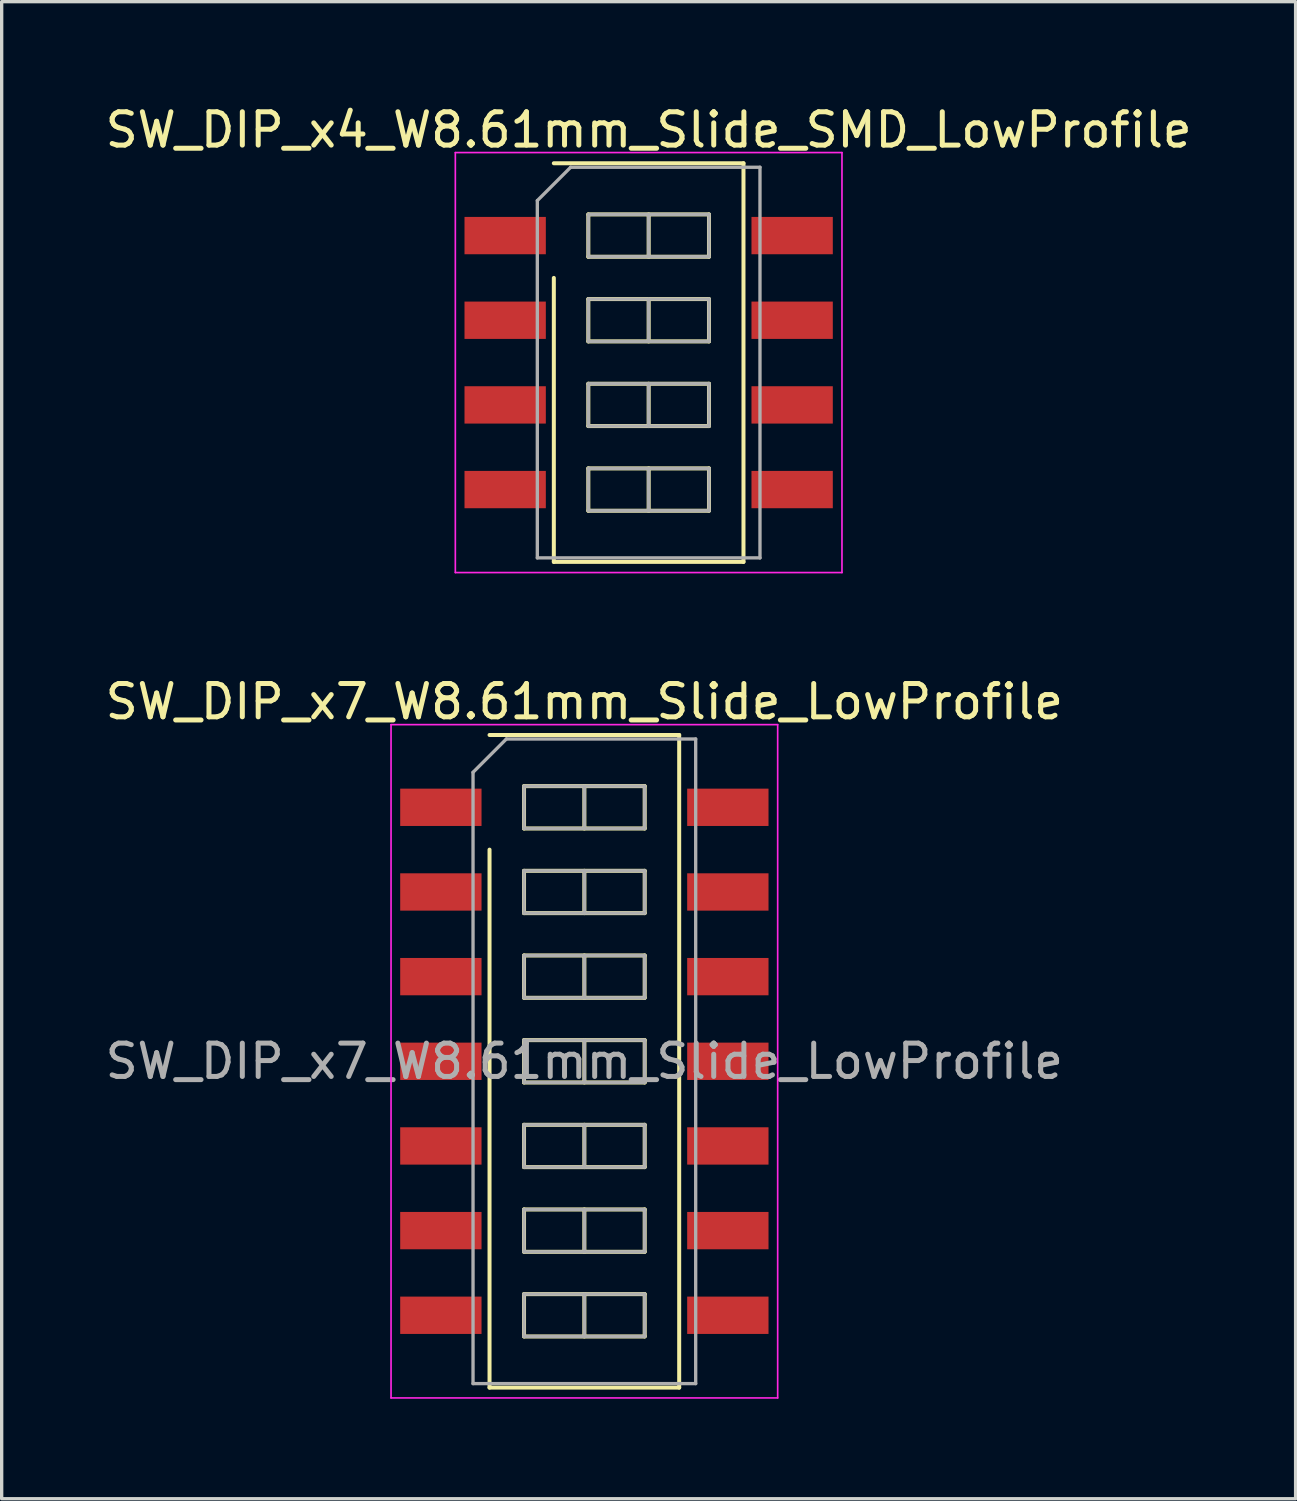
<source format=kicad_pcb>
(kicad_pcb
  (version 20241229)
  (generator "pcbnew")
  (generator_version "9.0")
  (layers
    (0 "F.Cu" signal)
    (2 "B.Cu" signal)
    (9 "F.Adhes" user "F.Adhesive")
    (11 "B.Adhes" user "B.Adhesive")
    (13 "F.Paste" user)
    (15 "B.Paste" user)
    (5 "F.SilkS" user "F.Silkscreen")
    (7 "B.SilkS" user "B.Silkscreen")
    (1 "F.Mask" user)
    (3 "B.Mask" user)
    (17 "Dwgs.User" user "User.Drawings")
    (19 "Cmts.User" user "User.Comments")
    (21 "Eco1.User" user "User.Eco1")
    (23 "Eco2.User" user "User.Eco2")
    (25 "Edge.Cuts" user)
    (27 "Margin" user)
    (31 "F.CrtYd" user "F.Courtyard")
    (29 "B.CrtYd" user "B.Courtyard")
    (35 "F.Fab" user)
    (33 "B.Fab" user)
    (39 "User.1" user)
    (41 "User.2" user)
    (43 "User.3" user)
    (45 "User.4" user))
  (footprint "SW_DIP_x7_W8.61mm_Slide_LowProfile"
    (layer "F.Cu")
    (at 14.482 28.791)
    (property "Reference" "SW_DIP_x7_W8.61mm_Slide_LowProfile" (at 0 -10.79 0) (layer "F.SilkS") (effects (font (size 1 1) (thickness 0.15))))
    (attr smd)
    (fp_line (start -2.845 -9.79) (end 2.845 -9.79) (stroke (width 0.12) (type solid)) (layer "F.SilkS"))
    (fp_line (start -2.845 9.79) (end -2.845 -6.35) (stroke (width 0.12) (type solid)) (layer "F.SilkS"))
    (fp_line (start -1.81 -8.255) (end -1.81 -6.985) (stroke (width 0.12) (type solid)) (layer "F.SilkS"))
    (fp_line (start -1.81 -6.985) (end 1.81 -6.985) (stroke (width 0.12) (type solid)) (layer "F.SilkS"))
    (fp_line (start -1.81 -5.715) (end -1.81 -4.445) (stroke (width 0.12) (type solid)) (layer "F.SilkS"))
    (fp_line (start -1.81 -4.445) (end 1.81 -4.445) (stroke (width 0.12) (type solid)) (layer "F.SilkS"))
    (fp_line (start -1.81 -3.175) (end -1.81 -1.905) (stroke (width 0.12) (type solid)) (layer "F.SilkS"))
    (fp_line (start -1.81 -1.905) (end 1.81 -1.905) (stroke (width 0.12) (type solid)) (layer "F.SilkS"))
    (fp_line (start -1.81 -0.635) (end -1.81 0.635) (stroke (width 0.12) (type solid)) (layer "F.SilkS"))
    (fp_line (start -1.81 0.635) (end 1.81 0.635) (stroke (width 0.12) (type solid)) (layer "F.SilkS"))
    (fp_line (start -1.81 1.905) (end -1.81 3.175) (stroke (width 0.12) (type solid)) (layer "F.SilkS"))
    (fp_line (start -1.81 3.175) (end 1.81 3.175) (stroke (width 0.12) (type solid)) (layer "F.SilkS"))
    (fp_line (start -1.81 4.445) (end -1.81 5.715) (stroke (width 0.12) (type solid)) (layer "F.SilkS"))
    (fp_line (start -1.81 5.715) (end 1.81 5.715) (stroke (width 0.12) (type solid)) (layer "F.SilkS"))
    (fp_line (start -1.81 6.985) (end -1.81 8.255) (stroke (width 0.12) (type solid)) (layer "F.SilkS"))
    (fp_line (start -1.81 8.255) (end 1.81 8.255) (stroke (width 0.12) (type solid)) (layer "F.SilkS"))
    (fp_line (start 0 -8.255) (end 0 -6.985) (stroke (width 0.12) (type solid)) (layer "F.SilkS"))
    (fp_line (start 0 -5.715) (end 0 -4.445) (stroke (width 0.12) (type solid)) (layer "F.SilkS"))
    (fp_line (start 0 -3.175) (end 0 -1.905) (stroke (width 0.12) (type solid)) (layer "F.SilkS"))
    (fp_line (start 0 -0.635) (end 0 0.635) (stroke (width 0.12) (type solid)) (layer "F.SilkS"))
    (fp_line (start 0 1.905) (end 0 3.175) (stroke (width 0.12) (type solid)) (layer "F.SilkS"))
    (fp_line (start 0 4.445) (end 0 5.715) (stroke (width 0.12) (type solid)) (layer "F.SilkS"))
    (fp_line (start 0 6.985) (end 0 8.255) (stroke (width 0.12) (type solid)) (layer "F.SilkS"))
    (fp_line (start 1.81 -8.255) (end -1.81 -8.255) (stroke (width 0.12) (type solid)) (layer "F.SilkS"))
    (fp_line (start 1.81 -6.985) (end 1.81 -8.255) (stroke (width 0.12) (type solid)) (layer "F.SilkS"))
    (fp_line (start 1.81 -5.715) (end -1.81 -5.715) (stroke (width 0.12) (type solid)) (layer "F.SilkS"))
    (fp_line (start 1.81 -4.445) (end 1.81 -5.715) (stroke (width 0.12) (type solid)) (layer "F.SilkS"))
    (fp_line (start 1.81 -3.175) (end -1.81 -3.175) (stroke (width 0.12) (type solid)) (layer "F.SilkS"))
    (fp_line (start 1.81 -1.905) (end 1.81 -3.175) (stroke (width 0.12) (type solid)) (layer "F.SilkS"))
    (fp_line (start 1.81 -0.635) (end -1.81 -0.635) (stroke (width 0.12) (type solid)) (layer "F.SilkS"))
    (fp_line (start 1.81 0.635) (end 1.81 -0.635) (stroke (width 0.12) (type solid)) (layer "F.SilkS"))
    (fp_line (start 1.81 1.905) (end -1.81 1.905) (stroke (width 0.12) (type solid)) (layer "F.SilkS"))
    (fp_line (start 1.81 3.175) (end 1.81 1.905) (stroke (width 0.12) (type solid)) (layer "F.SilkS"))
    (fp_line (start 1.81 4.445) (end -1.81 4.445) (stroke (width 0.12) (type solid)) (layer "F.SilkS"))
    (fp_line (start 1.81 5.715) (end 1.81 4.445) (stroke (width 0.12) (type solid)) (layer "F.SilkS"))
    (fp_line (start 1.81 6.985) (end -1.81 6.985) (stroke (width 0.12) (type solid)) (layer "F.SilkS"))
    (fp_line (start 1.81 8.255) (end 1.81 6.985) (stroke (width 0.12) (type solid)) (layer "F.SilkS"))
    (fp_line (start 2.845 -9.79) (end 2.845 9.79) (stroke (width 0.12) (type solid)) (layer "F.SilkS"))
    (fp_line (start 2.845 9.79) (end -2.845 9.79) (stroke (width 0.12) (type solid)) (layer "F.SilkS"))
    (fp_line (start -5.8 -10.1) (end -5.8 10.1) (stroke (width 0.05) (type solid)) (layer "F.CrtYd"))
    (fp_line (start -5.8 10.1) (end 5.8 10.1) (stroke (width 0.05) (type solid)) (layer "F.CrtYd"))
    (fp_line (start 5.8 -10.1) (end -5.8 -10.1) (stroke (width 0.05) (type solid)) (layer "F.CrtYd"))
    (fp_line (start 5.8 10.1) (end 5.8 -10.1) (stroke (width 0.05) (type solid)) (layer "F.CrtYd"))
    (fp_line (start -3.34 -8.67) (end -2.34 -9.67) (stroke (width 0.1) (type solid)) (layer "F.Fab"))
    (fp_line (start -3.34 9.67) (end -3.34 -8.67) (stroke (width 0.1) (type solid)) (layer "F.Fab"))
    (fp_line (start -2.34 -9.67) (end 3.34 -9.67) (stroke (width 0.1) (type solid)) (layer "F.Fab"))
    (fp_line (start -1.81 -8.255) (end -1.81 -6.985) (stroke (width 0.1) (type solid)) (layer "F.Fab"))
    (fp_line (start -1.81 -6.985) (end 1.81 -6.985) (stroke (width 0.1) (type solid)) (layer "F.Fab"))
    (fp_line (start -1.81 -5.715) (end -1.81 -4.445) (stroke (width 0.1) (type solid)) (layer "F.Fab"))
    (fp_line (start -1.81 -4.445) (end 1.81 -4.445) (stroke (width 0.1) (type solid)) (layer "F.Fab"))
    (fp_line (start -1.81 -3.175) (end -1.81 -1.905) (stroke (width 0.1) (type solid)) (layer "F.Fab"))
    (fp_line (start -1.81 -1.905) (end 1.81 -1.905) (stroke (width 0.1) (type solid)) (layer "F.Fab"))
    (fp_line (start -1.81 -0.635) (end -1.81 0.635) (stroke (width 0.1) (type solid)) (layer "F.Fab"))
    (fp_line (start -1.81 0.635) (end 1.81 0.635) (stroke (width 0.1) (type solid)) (layer "F.Fab"))
    (fp_line (start -1.81 1.905) (end -1.81 3.175) (stroke (width 0.1) (type solid)) (layer "F.Fab"))
    (fp_line (start -1.81 3.175) (end 1.81 3.175) (stroke (width 0.1) (type solid)) (layer "F.Fab"))
    (fp_line (start -1.81 4.445) (end -1.81 5.715) (stroke (width 0.1) (type solid)) (layer "F.Fab"))
    (fp_line (start -1.81 5.715) (end 1.81 5.715) (stroke (width 0.1) (type solid)) (layer "F.Fab"))
    (fp_line (start -1.81 6.985) (end -1.81 8.255) (stroke (width 0.1) (type solid)) (layer "F.Fab"))
    (fp_line (start -1.81 8.255) (end 1.81 8.255) (stroke (width 0.1) (type solid)) (layer "F.Fab"))
    (fp_line (start 0 -8.255) (end 0 -6.985) (stroke (width 0.1) (type solid)) (layer "F.Fab"))
    (fp_line (start 0 -5.715) (end 0 -4.445) (stroke (width 0.1) (type solid)) (layer "F.Fab"))
    (fp_line (start 0 -3.175) (end 0 -1.905) (stroke (width 0.1) (type solid)) (layer "F.Fab"))
    (fp_line (start 0 -0.635) (end 0 0.635) (stroke (width 0.1) (type solid)) (layer "F.Fab"))
    (fp_line (start 0 1.905) (end 0 3.175) (stroke (width 0.1) (type solid)) (layer "F.Fab"))
    (fp_line (start 0 4.445) (end 0 5.715) (stroke (width 0.1) (type solid)) (layer "F.Fab"))
    (fp_line (start 0 6.985) (end 0 8.255) (stroke (width 0.1) (type solid)) (layer "F.Fab"))
    (fp_line (start 1.81 -8.255) (end -1.81 -8.255) (stroke (width 0.1) (type solid)) (layer "F.Fab"))
    (fp_line (start 1.81 -6.985) (end 1.81 -8.255) (stroke (width 0.1) (type solid)) (layer "F.Fab"))
    (fp_line (start 1.81 -5.715) (end -1.81 -5.715) (stroke (width 0.1) (type solid)) (layer "F.Fab"))
    (fp_line (start 1.81 -4.445) (end 1.81 -5.715) (stroke (width 0.1) (type solid)) (layer "F.Fab"))
    (fp_line (start 1.81 -3.175) (end -1.81 -3.175) (stroke (width 0.1) (type solid)) (layer "F.Fab"))
    (fp_line (start 1.81 -1.905) (end 1.81 -3.175) (stroke (width 0.1) (type solid)) (layer "F.Fab"))
    (fp_line (start 1.81 -0.635) (end -1.81 -0.635) (stroke (width 0.1) (type solid)) (layer "F.Fab"))
    (fp_line (start 1.81 0.635) (end 1.81 -0.635) (stroke (width 0.1) (type solid)) (layer "F.Fab"))
    (fp_line (start 1.81 1.905) (end -1.81 1.905) (stroke (width 0.1) (type solid)) (layer "F.Fab"))
    (fp_line (start 1.81 3.175) (end 1.81 1.905) (stroke (width 0.1) (type solid)) (layer "F.Fab"))
    (fp_line (start 1.81 4.445) (end -1.81 4.445) (stroke (width 0.1) (type solid)) (layer "F.Fab"))
    (fp_line (start 1.81 5.715) (end 1.81 4.445) (stroke (width 0.1) (type solid)) (layer "F.Fab"))
    (fp_line (start 1.81 6.985) (end -1.81 6.985) (stroke (width 0.1) (type solid)) (layer "F.Fab"))
    (fp_line (start 1.81 8.255) (end 1.81 6.985) (stroke (width 0.1) (type solid)) (layer "F.Fab"))
    (fp_line (start 3.34 -9.67) (end 3.34 9.67) (stroke (width 0.1) (type solid)) (layer "F.Fab"))
    (fp_line (start 3.34 9.67) (end -3.34 9.67) (stroke (width 0.1) (type solid)) (layer "F.Fab"))
    (fp_text user "${REFERENCE}" (at 0 0 0) (layer "F.Fab") (effects (font (size 1 1) (thickness 0.15))))
    (pad "1" smd rect (at -4.305 -7.62) (size 2.44 1.12) (layers "F.Cu" "F.Mask" "F.Paste"))
    (pad "2" smd rect (at -4.305 -5.08) (size 2.44 1.12) (layers "F.Cu" "F.Mask" "F.Paste"))
    (pad "3" smd rect (at -4.305 -2.54) (size 2.44 1.12) (layers "F.Cu" "F.Mask" "F.Paste"))
    (pad "4" smd rect (at -4.305 0) (size 2.44 1.12) (layers "F.Cu" "F.Mask" "F.Paste"))
    (pad "5" smd rect (at -4.305 2.54) (size 2.44 1.12) (layers "F.Cu" "F.Mask" "F.Paste"))
    (pad "6" smd rect (at -4.305 5.08) (size 2.44 1.12) (layers "F.Cu" "F.Mask" "F.Paste"))
    (pad "7" smd rect (at -4.305 7.62) (size 2.44 1.12) (layers "F.Cu" "F.Mask" "F.Paste"))
    (pad "8" smd rect (at 4.305 7.62) (size 2.44 1.12) (layers "F.Cu" "F.Mask" "F.Paste"))
    (pad "9" smd rect (at 4.305 5.08) (size 2.44 1.12) (layers "F.Cu" "F.Mask" "F.Paste"))
    (pad "10" smd rect (at 4.305 2.54) (size 2.44 1.12) (layers "F.Cu" "F.Mask" "F.Paste"))
    (pad "11" smd rect (at 4.305 0) (size 2.44 1.12) (layers "F.Cu" "F.Mask" "F.Paste"))
    (pad "12" smd rect (at 4.305 -2.54) (size 2.44 1.12) (layers "F.Cu" "F.Mask" "F.Paste"))
    (pad "13" smd rect (at 4.305 -5.08) (size 2.44 1.12) (layers "F.Cu" "F.Mask" "F.Paste"))
    (pad "14" smd rect (at 4.305 -7.62) (size 2.44 1.12) (layers "F.Cu" "F.Mask" "F.Paste")))
  (footprint "SW_DIP_x4_W8.61mm_Slide_SMD_LowProfile"
    (layer "F.Cu")
    (at 16.411 7.828)
    (property "Reference" "SW_DIP_x4_W8.61mm_Slide_SMD_LowProfile" (at 0 -6.98 0) (layer "F.SilkS") (effects (font (size 1 1) (thickness 0.15))))
    (attr smd)
    (fp_line (start -2.845 -5.98) (end 2.845 -5.98) (stroke (width 0.12) (type solid)) (layer "F.SilkS"))
    (fp_line (start -2.845 5.98) (end -2.845 -2.54) (stroke (width 0.12) (type solid)) (layer "F.SilkS"))
    (fp_line (start -1.81 -4.445) (end -1.81 -3.175) (stroke (width 0.12) (type solid)) (layer "F.SilkS"))
    (fp_line (start -1.81 -3.175) (end 1.81 -3.175) (stroke (width 0.12) (type solid)) (layer "F.SilkS"))
    (fp_line (start -1.81 -1.905) (end -1.81 -0.635) (stroke (width 0.12) (type solid)) (layer "F.SilkS"))
    (fp_line (start -1.81 -0.635) (end 1.81 -0.635) (stroke (width 0.12) (type solid)) (layer "F.SilkS"))
    (fp_line (start -1.81 0.635) (end -1.81 1.905) (stroke (width 0.12) (type solid)) (layer "F.SilkS"))
    (fp_line (start -1.81 1.905) (end 1.81 1.905) (stroke (width 0.12) (type solid)) (layer "F.SilkS"))
    (fp_line (start -1.81 3.175) (end -1.81 4.445) (stroke (width 0.12) (type solid)) (layer "F.SilkS"))
    (fp_line (start -1.81 4.445) (end 1.81 4.445) (stroke (width 0.12) (type solid)) (layer "F.SilkS"))
    (fp_line (start 0 -4.445) (end 0 -3.175) (stroke (width 0.12) (type solid)) (layer "F.SilkS"))
    (fp_line (start 0 -1.905) (end 0 -0.635) (stroke (width 0.12) (type solid)) (layer "F.SilkS"))
    (fp_line (start 0 0.635) (end 0 1.905) (stroke (width 0.12) (type solid)) (layer "F.SilkS"))
    (fp_line (start 0 3.175) (end 0 4.445) (stroke (width 0.12) (type solid)) (layer "F.SilkS"))
    (fp_line (start 1.81 -4.445) (end -1.81 -4.445) (stroke (width 0.12) (type solid)) (layer "F.SilkS"))
    (fp_line (start 1.81 -3.175) (end 1.81 -4.445) (stroke (width 0.12) (type solid)) (layer "F.SilkS"))
    (fp_line (start 1.81 -1.905) (end -1.81 -1.905) (stroke (width 0.12) (type solid)) (layer "F.SilkS"))
    (fp_line (start 1.81 -0.635) (end 1.81 -1.905) (stroke (width 0.12) (type solid)) (layer "F.SilkS"))
    (fp_line (start 1.81 0.635) (end -1.81 0.635) (stroke (width 0.12) (type solid)) (layer "F.SilkS"))
    (fp_line (start 1.81 1.905) (end 1.81 0.635) (stroke (width 0.12) (type solid)) (layer "F.SilkS"))
    (fp_line (start 1.81 3.175) (end -1.81 3.175) (stroke (width 0.12) (type solid)) (layer "F.SilkS"))
    (fp_line (start 1.81 4.445) (end 1.81 3.175) (stroke (width 0.12) (type solid)) (layer "F.SilkS"))
    (fp_line (start 2.845 -5.98) (end 2.845 5.98) (stroke (width 0.12) (type solid)) (layer "F.SilkS"))
    (fp_line (start 2.845 5.98) (end -2.845 5.98) (stroke (width 0.12) (type solid)) (layer "F.SilkS"))
    (fp_line (start -5.8 -6.3) (end -5.8 6.3) (stroke (width 0.05) (type solid)) (layer "F.CrtYd"))
    (fp_line (start -5.8 6.3) (end 5.8 6.3) (stroke (width 0.05) (type solid)) (layer "F.CrtYd"))
    (fp_line (start 5.8 -6.3) (end -5.8 -6.3) (stroke (width 0.05) (type solid)) (layer "F.CrtYd"))
    (fp_line (start 5.8 6.3) (end 5.8 -6.3) (stroke (width 0.05) (type solid)) (layer "F.CrtYd"))
    (fp_line (start -3.34 -4.86) (end -2.34 -5.86) (stroke (width 0.1) (type solid)) (layer "F.Fab"))
    (fp_line (start -3.34 5.86) (end -3.34 -4.86) (stroke (width 0.1) (type solid)) (layer "F.Fab"))
    (fp_line (start -2.34 -5.86) (end 3.34 -5.86) (stroke (width 0.1) (type solid)) (layer "F.Fab"))
    (fp_line (start -1.81 -4.445) (end -1.81 -3.175) (stroke (width 0.1) (type solid)) (layer "F.Fab"))
    (fp_line (start -1.81 -3.175) (end 1.81 -3.175) (stroke (width 0.1) (type solid)) (layer "F.Fab"))
    (fp_line (start -1.81 -1.905) (end -1.81 -0.635) (stroke (width 0.1) (type solid)) (layer "F.Fab"))
    (fp_line (start -1.81 -0.635) (end 1.81 -0.635) (stroke (width 0.1) (type solid)) (layer "F.Fab"))
    (fp_line (start -1.81 0.635) (end -1.81 1.905) (stroke (width 0.1) (type solid)) (layer "F.Fab"))
    (fp_line (start -1.81 1.905) (end 1.81 1.905) (stroke (width 0.1) (type solid)) (layer "F.Fab"))
    (fp_line (start -1.81 3.175) (end -1.81 4.445) (stroke (width 0.1) (type solid)) (layer "F.Fab"))
    (fp_line (start -1.81 4.445) (end 1.81 4.445) (stroke (width 0.1) (type solid)) (layer "F.Fab"))
    (fp_line (start 0 -4.445) (end 0 -3.175) (stroke (width 0.1) (type solid)) (layer "F.Fab"))
    (fp_line (start 0 -1.905) (end 0 -0.635) (stroke (width 0.1) (type solid)) (layer "F.Fab"))
    (fp_line (start 0 0.635) (end 0 1.905) (stroke (width 0.1) (type solid)) (layer "F.Fab"))
    (fp_line (start 0 3.175) (end 0 4.445) (stroke (width 0.1) (type solid)) (layer "F.Fab"))
    (fp_line (start 1.81 -4.445) (end -1.81 -4.445) (stroke (width 0.1) (type solid)) (layer "F.Fab"))
    (fp_line (start 1.81 -3.175) (end 1.81 -4.445) (stroke (width 0.1) (type solid)) (layer "F.Fab"))
    (fp_line (start 1.81 -1.905) (end -1.81 -1.905) (stroke (width 0.1) (type solid)) (layer "F.Fab"))
    (fp_line (start 1.81 -0.635) (end 1.81 -1.905) (stroke (width 0.1) (type solid)) (layer "F.Fab"))
    (fp_line (start 1.81 0.635) (end -1.81 0.635) (stroke (width 0.1) (type solid)) (layer "F.Fab"))
    (fp_line (start 1.81 1.905) (end 1.81 0.635) (stroke (width 0.1) (type solid)) (layer "F.Fab"))
    (fp_line (start 1.81 3.175) (end -1.81 3.175) (stroke (width 0.1) (type solid)) (layer "F.Fab"))
    (fp_line (start 1.81 4.445) (end 1.81 3.175) (stroke (width 0.1) (type solid)) (layer "F.Fab"))
    (fp_line (start 3.34 -5.86) (end 3.34 5.86) (stroke (width 0.1) (type solid)) (layer "F.Fab"))
    (fp_line (start 3.34 5.86) (end -3.34 5.86) (stroke (width 0.1) (type solid)) (layer "F.Fab"))
    (pad "1" smd rect (at -4.305 -3.81) (size 2.44 1.12) (layers "F.Cu" "F.Mask"))
    (pad "2" smd rect (at -4.305 -1.27) (size 2.44 1.12) (layers "F.Cu" "F.Mask"))
    (pad "3" smd rect (at -4.305 1.27) (size 2.44 1.12) (layers "F.Cu" "F.Mask"))
    (pad "4" smd rect (at -4.305 3.81) (size 2.44 1.12) (layers "F.Cu" "F.Mask"))
    (pad "5" smd rect (at 4.305 3.81) (size 2.44 1.12) (layers "F.Cu" "F.Mask"))
    (pad "6" smd rect (at 4.305 1.27) (size 2.44 1.12) (layers "F.Cu" "F.Mask"))
    (pad "7" smd rect (at 4.305 -1.27) (size 2.44 1.12) (layers "F.Cu" "F.Mask"))
    (pad "8" smd rect (at 4.305 -3.81) (size 2.44 1.12) (layers "F.Cu" "F.Mask")))
  (gr_rect
    (start -3 -3)
    (end 35.821 41.916)
    (stroke (width 0.1) (type default))
    (fill no)
    (layer "Edge.Cuts")))
</source>
